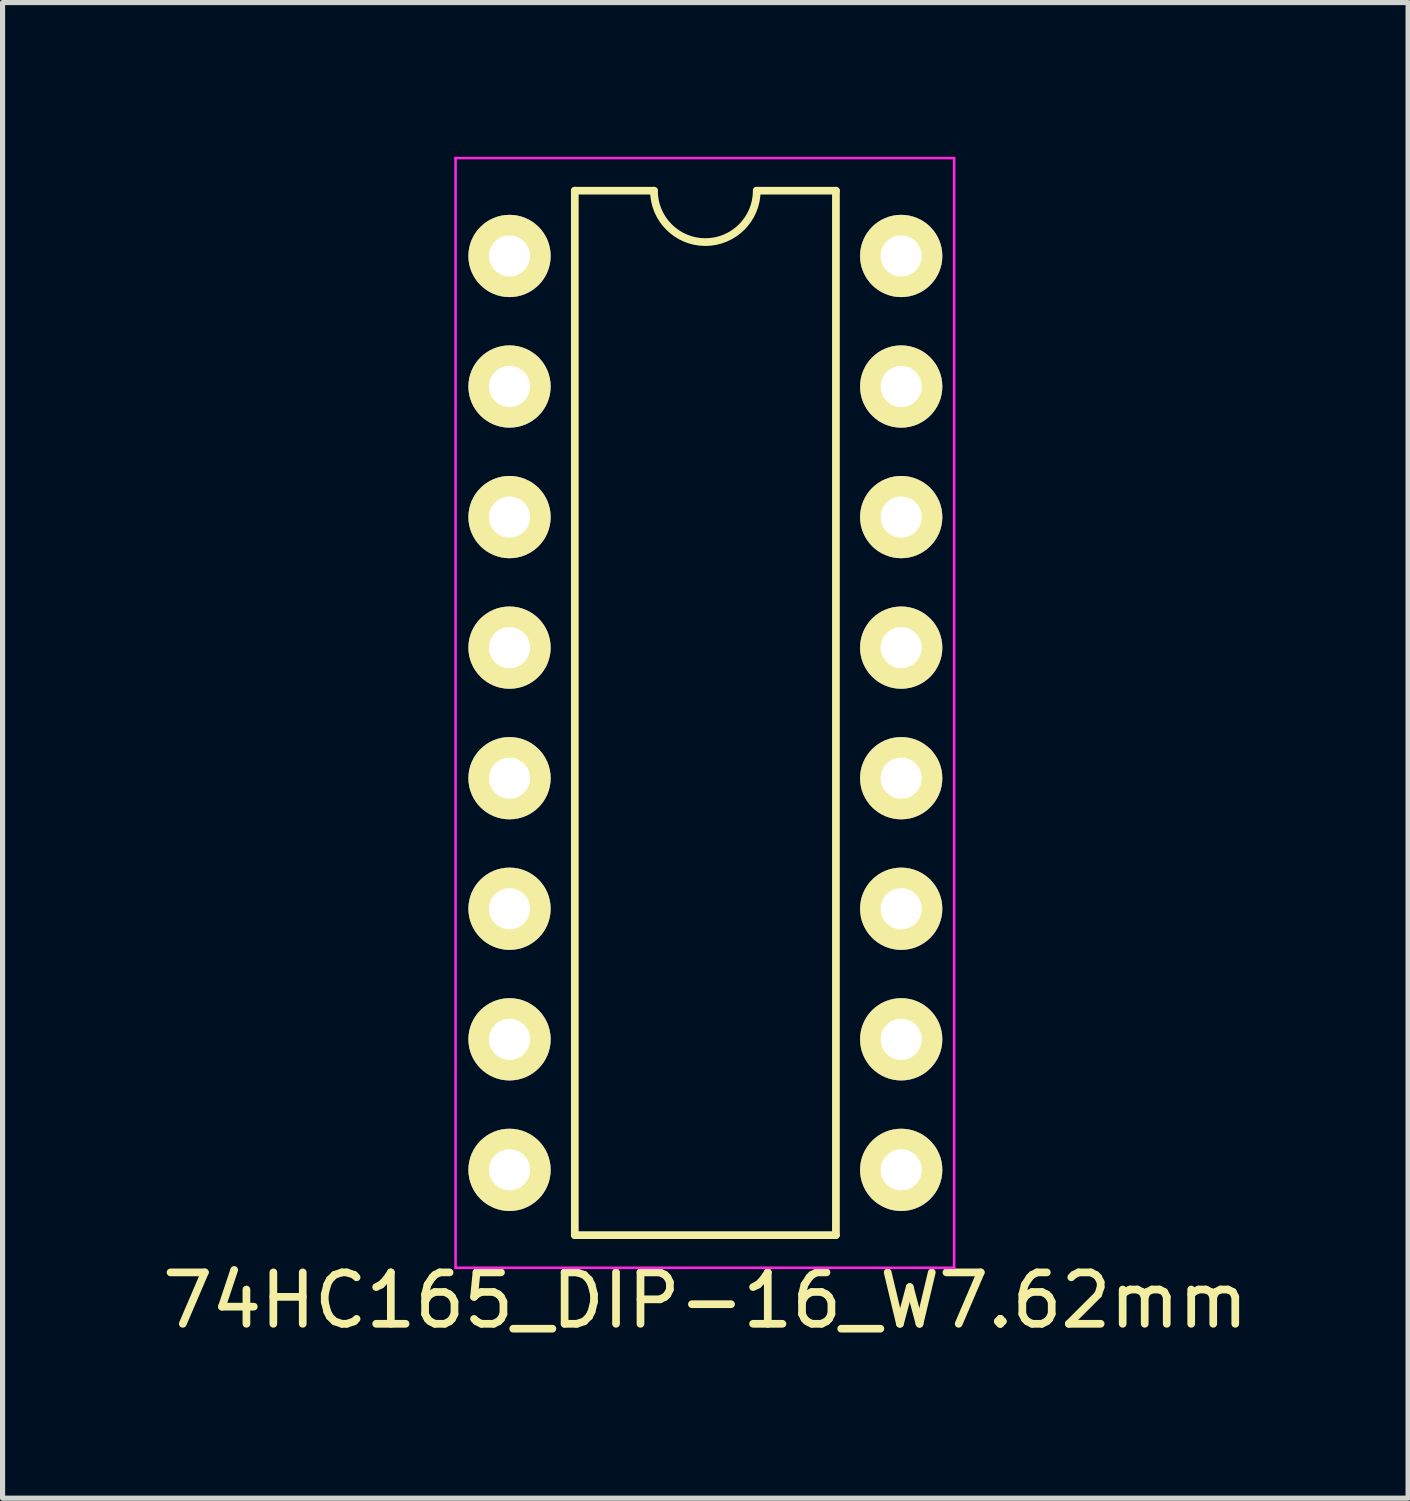
<source format=kicad_pcb>
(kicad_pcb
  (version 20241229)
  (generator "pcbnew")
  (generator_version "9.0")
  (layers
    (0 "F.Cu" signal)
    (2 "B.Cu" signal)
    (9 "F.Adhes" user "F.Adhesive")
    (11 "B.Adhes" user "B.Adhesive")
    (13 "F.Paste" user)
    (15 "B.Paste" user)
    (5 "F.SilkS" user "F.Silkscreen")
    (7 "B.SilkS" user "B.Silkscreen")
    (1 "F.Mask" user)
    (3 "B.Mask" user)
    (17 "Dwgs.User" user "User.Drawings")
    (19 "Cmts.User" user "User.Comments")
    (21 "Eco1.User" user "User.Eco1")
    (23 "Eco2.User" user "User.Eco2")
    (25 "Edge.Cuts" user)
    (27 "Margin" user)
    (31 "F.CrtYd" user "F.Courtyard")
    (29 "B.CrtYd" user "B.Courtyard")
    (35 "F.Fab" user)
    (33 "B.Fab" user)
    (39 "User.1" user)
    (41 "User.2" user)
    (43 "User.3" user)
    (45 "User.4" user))
  (footprint "74HC165_DIP-16_W7.62mm"
    (layer "F.Cu")
    (at 6.863 1.93)
    (property "Reference" "74HC165_DIP-16_W7.62mm" (at 3.81 20.32 0) (layer "F.SilkS") (effects (font (size 1 1) (thickness 0.15))))
    (attr through_hole)
    (fp_line (start 1.27 -1.27) (end 2.81 -1.27) (stroke (width 0.15) (type solid)) (layer "F.SilkS"))
    (fp_line (start 1.27 19.05) (end 1.27 -1.27) (stroke (width 0.15) (type solid)) (layer "F.SilkS"))
    (fp_line (start 1.27 19.05) (end 6.35 19.05) (stroke (width 0.15) (type solid)) (layer "F.SilkS"))
    (fp_line (start 6.35 -1.27) (end 4.81 -1.27) (stroke (width 0.15) (type solid)) (layer "F.SilkS"))
    (fp_line (start 6.35 -1.27) (end 6.35 19.05) (stroke (width 0.15) (type solid)) (layer "F.SilkS"))
    (fp_arc (start 4.81 -1.27) (mid 3.81 -0.27) (end 2.81 -1.27) (stroke (width 0.15) (type solid)) (layer "F.SilkS"))
    (fp_line (start -1.05 -1.905) (end -1.05 19.685) (stroke (width 0.05) (type solid)) (layer "F.CrtYd"))
    (fp_line (start -1.05 -1.905) (end 8.65 -1.905) (stroke (width 0.05) (type solid)) (layer "F.CrtYd"))
    (fp_line (start -1.05 19.685) (end 8.65 19.685) (stroke (width 0.05) (type solid)) (layer "F.CrtYd"))
    (fp_line (start 8.65 -1.905) (end 8.65 19.685) (stroke (width 0.05) (type solid)) (layer "F.CrtYd"))
    (pad "1" thru_hole oval (at 0 0) (size 1.6 1.6) (drill 0.8) (layers "*.Cu" "*.Mask" "F.SilkS"))
    (pad "2" thru_hole oval (at 0 2.54) (size 1.6 1.6) (drill 0.8) (layers "*.Cu" "*.Mask" "F.SilkS"))
    (pad "3" thru_hole oval (at 0 5.08) (size 1.6 1.6) (drill 0.8) (layers "*.Cu" "*.Mask" "F.SilkS"))
    (pad "4" thru_hole oval (at 0 7.62) (size 1.6 1.6) (drill 0.8) (layers "*.Cu" "*.Mask" "F.SilkS"))
    (pad "5" thru_hole oval (at 0 10.16) (size 1.6 1.6) (drill 0.8) (layers "*.Cu" "*.Mask" "F.SilkS"))
    (pad "6" thru_hole oval (at 0 12.7) (size 1.6 1.6) (drill 0.8) (layers "*.Cu" "*.Mask" "F.SilkS"))
    (pad "7" thru_hole oval (at 0 15.24) (size 1.6 1.6) (drill 0.8) (layers "*.Cu" "*.Mask" "F.SilkS"))
    (pad "8" thru_hole oval (at 0 17.78) (size 1.6 1.6) (drill 0.8) (layers "*.Cu" "*.Mask" "F.SilkS"))
    (pad "9" thru_hole oval (at 7.62 17.78) (size 1.6 1.6) (drill 0.8) (layers "*.Cu" "*.Mask" "F.SilkS"))
    (pad "10" thru_hole oval (at 7.62 15.24) (size 1.6 1.6) (drill 0.8) (layers "*.Cu" "*.Mask" "F.SilkS"))
    (pad "11" thru_hole oval (at 7.62 12.7) (size 1.6 1.6) (drill 0.8) (layers "*.Cu" "*.Mask" "F.SilkS"))
    (pad "12" thru_hole oval (at 7.62 10.16) (size 1.6 1.6) (drill 0.8) (layers "*.Cu" "*.Mask" "F.SilkS"))
    (pad "13" thru_hole oval (at 7.62 7.62) (size 1.6 1.6) (drill 0.8) (layers "*.Cu" "*.Mask" "F.SilkS"))
    (pad "14" thru_hole oval (at 7.62 5.08) (size 1.6 1.6) (drill 0.8) (layers "*.Cu" "*.Mask" "F.SilkS"))
    (pad "15" thru_hole oval (at 7.62 2.54) (size 1.6 1.6) (drill 0.8) (layers "*.Cu" "*.Mask" "F.SilkS"))
    (pad "16" thru_hole oval (at 7.62 0) (size 1.6 1.6) (drill 0.8) (layers "*.Cu" "*.Mask" "F.SilkS")))
  (gr_rect
    (start -3 -3)
    (end 24.345 26.098)
    (stroke (width 0.1) (type default))
    (fill no)
    (layer "Edge.Cuts")))
</source>
